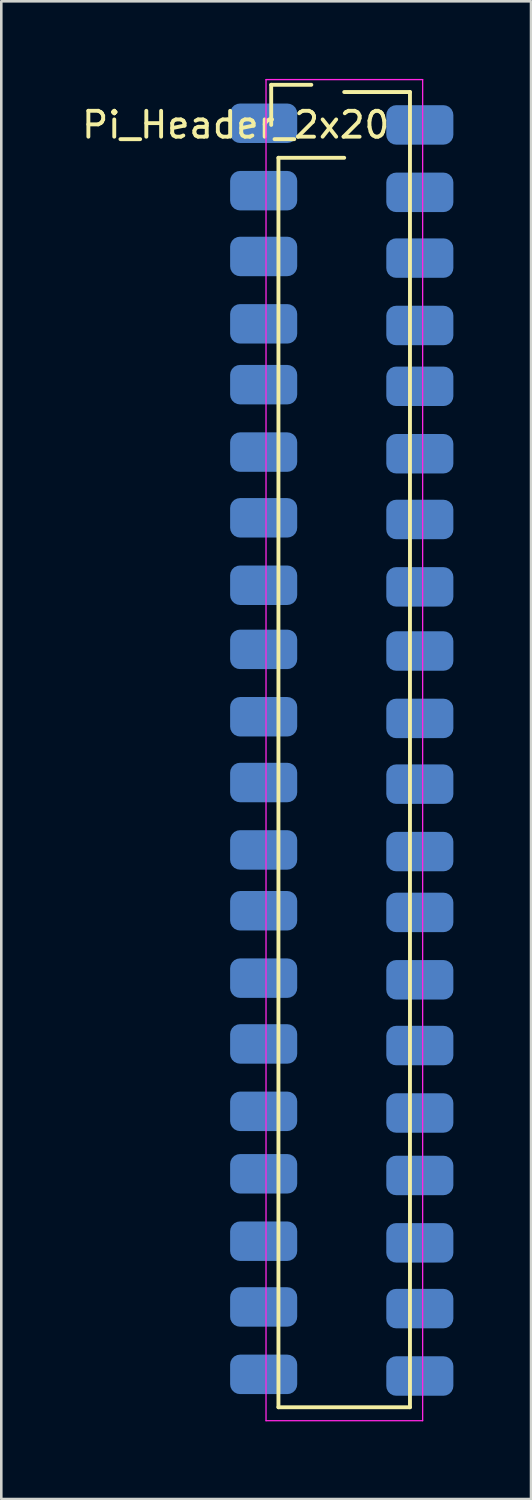
<source format=kicad_pcb>
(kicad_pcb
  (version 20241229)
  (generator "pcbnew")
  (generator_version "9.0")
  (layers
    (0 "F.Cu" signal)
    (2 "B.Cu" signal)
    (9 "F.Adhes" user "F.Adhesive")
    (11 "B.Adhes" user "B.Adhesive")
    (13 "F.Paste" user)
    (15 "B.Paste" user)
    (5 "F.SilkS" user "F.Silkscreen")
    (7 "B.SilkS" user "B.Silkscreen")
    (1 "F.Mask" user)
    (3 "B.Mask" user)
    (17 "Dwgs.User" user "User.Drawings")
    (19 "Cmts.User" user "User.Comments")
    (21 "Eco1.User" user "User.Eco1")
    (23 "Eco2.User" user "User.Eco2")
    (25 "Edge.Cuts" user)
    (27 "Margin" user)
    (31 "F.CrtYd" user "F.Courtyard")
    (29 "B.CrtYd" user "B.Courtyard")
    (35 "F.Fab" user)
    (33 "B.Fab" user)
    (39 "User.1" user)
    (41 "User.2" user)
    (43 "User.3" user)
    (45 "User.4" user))
  (footprint "Pi_Header_2x20"
    (layer "F.Cu")
    (at 10.245 25.905)
    (property "Reference" "Pi_Header_2x20" (at -4.191 -24.13 180) (layer "F.SilkS") (effects (font (size 1 1) (thickness 0.15))))
    (attr through_hole)
    (fp_line (start -2.82 -25.68) (end -2.82 -24.13) (stroke (width 0.15) (type solid)) (layer "F.SilkS"))
    (fp_line (start -2.54 -22.86) (end -2.54 25.4) (stroke (width 0.15) (type solid)) (layer "F.SilkS"))
    (fp_line (start -1.27 -25.68) (end -2.82 -25.68) (stroke (width 0.15) (type solid)) (layer "F.SilkS"))
    (fp_line (start 0 -22.86) (end -2.54 -22.86) (stroke (width 0.15) (type solid)) (layer "F.SilkS"))
    (fp_line (start 2.54 -25.4) (end 0 -25.4) (stroke (width 0.15) (type solid)) (layer "F.SilkS"))
    (fp_line (start 2.54 25.4) (end -2.54 25.4) (stroke (width 0.15) (type solid)) (layer "F.SilkS"))
    (fp_line (start 2.54 25.4) (end 2.54 -25.4) (stroke (width 0.15) (type solid)) (layer "F.SilkS"))
    (fp_line (start -3.02 -25.88) (end -3.02 25.92) (stroke (width 0.05) (type solid)) (layer "F.CrtYd"))
    (fp_line (start -3.02 -25.88) (end 3.03 -25.88) (stroke (width 0.05) (type solid)) (layer "F.CrtYd"))
    (fp_line (start -3.02 25.92) (end 3.03 25.92) (stroke (width 0.05) (type solid)) (layer "F.CrtYd"))
    (fp_line (start 3.03 -25.88) (end 3.03 25.92) (stroke (width 0.05) (type solid)) (layer "F.CrtYd"))
    (pad "1" smd roundrect (at -3.111 -24.194) (size 2.591 1.524) (layers "B.Cu") (roundrect_rratio 0.25))
    (pad "2" smd roundrect (at 2.921 -24.13) (size 2.591 1.524) (layers "B.Cu") (roundrect_rratio 0.25))
    (pad "3" smd roundrect (at -3.111 -21.59) (size 2.591 1.524) (layers "B.Cu") (roundrect_rratio 0.25))
    (pad "4" smd roundrect (at 2.921 -21.526) (size 2.591 1.524) (layers "B.Cu") (roundrect_rratio 0.25))
    (pad "5" smd roundrect (at -3.111 -19.05) (size 2.591 1.524) (layers "B.Cu") (roundrect_rratio 0.25))
    (pad "6" smd roundrect (at 2.921 -18.986) (size 2.591 1.524) (layers "B.Cu") (roundrect_rratio 0.25))
    (pad "7" smd roundrect (at -3.111 -16.447) (size 2.591 1.524) (layers "B.Cu") (roundrect_rratio 0.25))
    (pad "8" smd roundrect (at 2.921 -16.383) (size 2.591 1.524) (layers "B.Cu") (roundrect_rratio 0.25))
    (pad "9" smd roundrect (at -3.111 -14.097) (size 2.591 1.524) (layers "B.Cu") (roundrect_rratio 0.25))
    (pad "10" smd roundrect (at 2.921 -14.034) (size 2.591 1.524) (layers "B.Cu") (roundrect_rratio 0.25))
    (pad "11" smd roundrect (at -3.111 -11.493) (size 2.591 1.524) (layers "B.Cu") (roundrect_rratio 0.25))
    (pad "12" smd roundrect (at 2.921 -11.43) (size 2.591 1.524) (layers "B.Cu") (roundrect_rratio 0.25))
    (pad "13" smd roundrect (at -3.111 -8.954) (size 2.591 1.524) (layers "B.Cu") (roundrect_rratio 0.25))
    (pad "14" smd roundrect (at 2.921 -8.89) (size 2.591 1.524) (layers "B.Cu") (roundrect_rratio 0.25))
    (pad "15" smd roundrect (at -3.111 -6.35) (size 2.591 1.524) (layers "B.Cu") (roundrect_rratio 0.25))
    (pad "16" smd roundrect (at 2.921 -6.287) (size 2.591 1.524) (layers "B.Cu") (roundrect_rratio 0.25))
    (pad "17" smd roundrect (at -3.111 -3.873) (size 2.591 1.524) (layers "B.Cu") (roundrect_rratio 0.25))
    (pad "18" smd roundrect (at 2.921 -3.81) (size 2.591 1.524) (layers "B.Cu") (roundrect_rratio 0.25))
    (pad "19" smd roundrect (at -3.111 -1.27) (size 2.591 1.524) (layers "B.Cu") (roundrect_rratio 0.25))
    (pad "20" smd roundrect (at 2.921 -1.206) (size 2.591 1.524) (layers "B.Cu") (roundrect_rratio 0.25))
    (pad "21" smd roundrect (at -3.111 1.27) (size 2.591 1.524) (layers "B.Cu") (roundrect_rratio 0.25))
    (pad "22" smd roundrect (at 2.921 1.333) (size 2.591 1.524) (layers "B.Cu") (roundrect_rratio 0.25))
    (pad "23" smd roundrect (at -3.111 3.873) (size 2.591 1.524) (layers "B.Cu") (roundrect_rratio 0.25))
    (pad "24" smd roundrect (at 2.921 3.937) (size 2.591 1.524) (layers "B.Cu") (roundrect_rratio 0.25))
    (pad "25" smd roundrect (at -3.111 6.223) (size 2.591 1.524) (layers "B.Cu") (roundrect_rratio 0.25))
    (pad "26" smd roundrect (at 2.921 6.287) (size 2.591 1.524) (layers "B.Cu") (roundrect_rratio 0.25))
    (pad "27" smd roundrect (at -3.111 8.826) (size 2.591 1.524) (layers "B.Cu") (roundrect_rratio 0.25))
    (pad "28" smd roundrect (at 2.921 8.89) (size 2.591 1.524) (layers "B.Cu") (roundrect_rratio 0.25))
    (pad "29" smd roundrect (at -3.111 11.367) (size 2.591 1.524) (layers "B.Cu") (roundrect_rratio 0.25))
    (pad "30" smd roundrect (at 2.921 11.43) (size 2.591 1.524) (layers "B.Cu") (roundrect_rratio 0.25))
    (pad "31" smd roundrect (at -3.111 13.97) (size 2.591 1.524) (layers "B.Cu") (roundrect_rratio 0.25))
    (pad "32" smd roundrect (at 2.921 14.034) (size 2.591 1.524) (layers "B.Cu") (roundrect_rratio 0.25))
    (pad "33" smd roundrect (at -3.111 16.383) (size 2.591 1.524) (layers "B.Cu") (roundrect_rratio 0.25))
    (pad "34" smd roundrect (at 2.921 16.447) (size 2.591 1.524) (layers "B.Cu") (roundrect_rratio 0.25))
    (pad "35" smd roundrect (at -3.111 18.986) (size 2.591 1.524) (layers "B.Cu") (roundrect_rratio 0.25))
    (pad "36" smd roundrect (at 2.921 19.05) (size 2.591 1.524) (layers "B.Cu") (roundrect_rratio 0.25))
    (pad "37" smd roundrect (at -3.111 21.526) (size 2.591 1.524) (layers "B.Cu") (roundrect_rratio 0.25))
    (pad "38" smd roundrect (at 2.921 21.59) (size 2.591 1.524) (layers "B.Cu") (roundrect_rratio 0.25))
    (pad "39" smd roundrect (at -3.111 24.13) (size 2.591 1.524) (layers "B.Cu") (roundrect_rratio 0.25))
    (pad "40" smd roundrect (at 2.921 24.194) (size 2.591 1.524) (layers "B.Cu") (roundrect_rratio 0.25)))
  (gr_rect
    (start -3 -3)
    (end 17.461 54.85)
    (stroke (width 0.1) (type default))
    (fill no)
    (layer "Edge.Cuts")))
</source>
